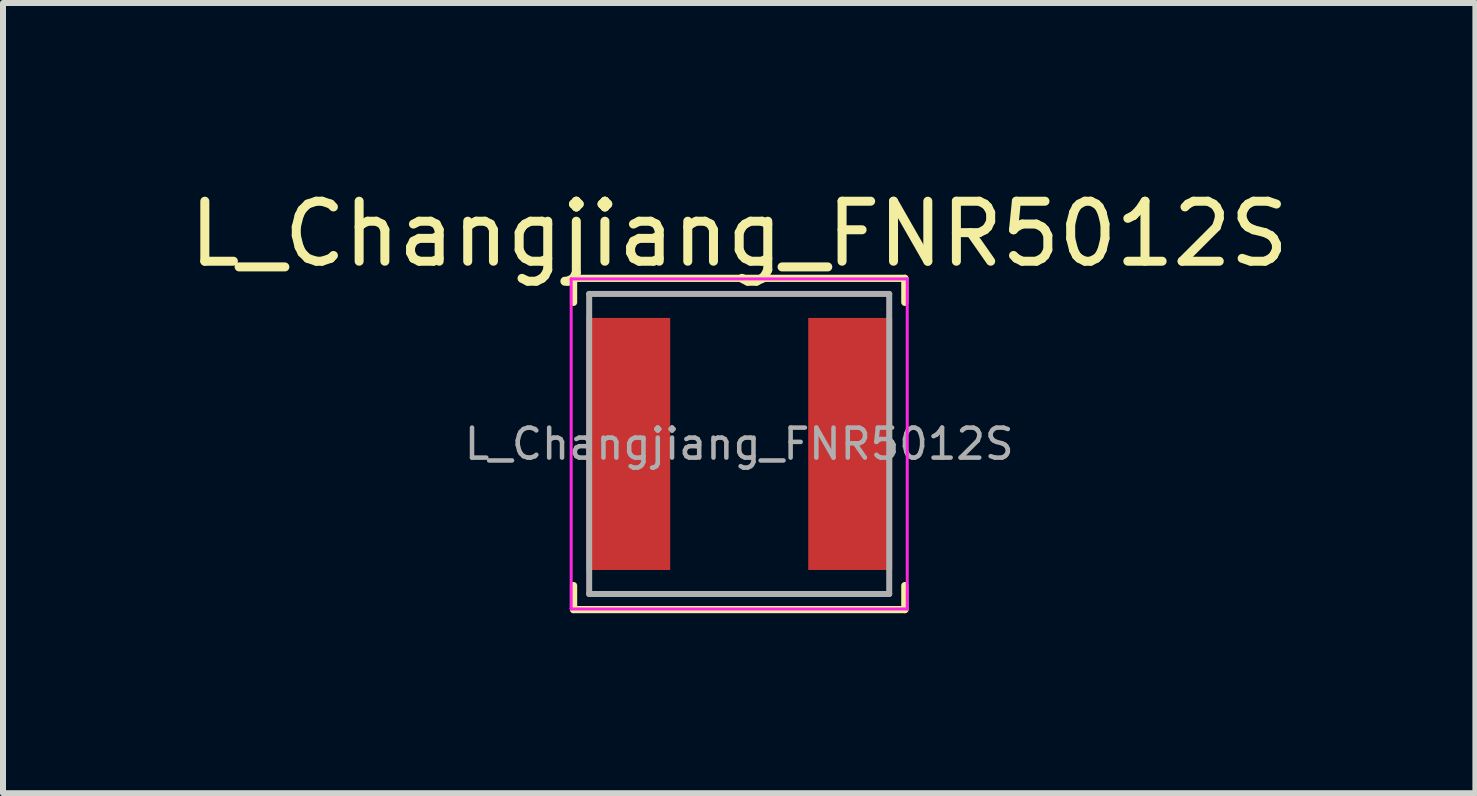
<source format=kicad_pcb>
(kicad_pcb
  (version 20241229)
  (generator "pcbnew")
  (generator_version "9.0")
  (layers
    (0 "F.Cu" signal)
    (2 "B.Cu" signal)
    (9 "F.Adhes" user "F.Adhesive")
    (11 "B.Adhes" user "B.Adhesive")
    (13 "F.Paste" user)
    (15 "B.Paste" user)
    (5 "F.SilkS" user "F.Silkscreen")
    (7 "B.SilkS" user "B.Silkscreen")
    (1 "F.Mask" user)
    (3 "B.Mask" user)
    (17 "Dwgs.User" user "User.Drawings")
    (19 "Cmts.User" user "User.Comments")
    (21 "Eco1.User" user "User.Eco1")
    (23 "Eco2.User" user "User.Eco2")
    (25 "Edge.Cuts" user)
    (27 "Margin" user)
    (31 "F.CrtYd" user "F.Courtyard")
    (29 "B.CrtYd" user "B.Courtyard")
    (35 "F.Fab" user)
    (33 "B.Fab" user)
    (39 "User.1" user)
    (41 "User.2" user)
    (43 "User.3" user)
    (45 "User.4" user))
  (footprint "L_Changjiang_FNR5012S"
    (layer "F.Cu")
    (at 9.268 4.348)
    (property "Reference" "L_Changjiang_FNR5012S" (at 0 -3.5 0) (layer "F.SilkS") (effects (font (size 1 1) (thickness 0.15))))
    (attr smd)
    (fp_line (start -2.76 -2.76) (end -2.76 -2.36) (stroke (width 0.12) (type solid)) (layer "F.SilkS"))
    (fp_line (start -2.76 -2.76) (end 2.76 -2.76) (stroke (width 0.12) (type solid)) (layer "F.SilkS"))
    (fp_line (start -2.76 2.76) (end -2.76 2.36) (stroke (width 0.12) (type solid)) (layer "F.SilkS"))
    (fp_line (start -2.76 2.76) (end 2.76 2.76) (stroke (width 0.12) (type solid)) (layer "F.SilkS"))
    (fp_line (start 2.76 -2.76) (end 2.76 -2.36) (stroke (width 0.12) (type solid)) (layer "F.SilkS"))
    (fp_line (start 2.76 2.76) (end 2.76 2.36) (stroke (width 0.12) (type solid)) (layer "F.SilkS"))
    (fp_line (start -2.8 -2.75) (end -2.8 2.75) (stroke (width 0.05) (type solid)) (layer "F.CrtYd"))
    (fp_line (start -2.8 2.75) (end 2.8 2.75) (stroke (width 0.05) (type solid)) (layer "F.CrtYd"))
    (fp_line (start 2.8 -2.75) (end -2.8 -2.75) (stroke (width 0.05) (type solid)) (layer "F.CrtYd"))
    (fp_line (start 2.8 2.75) (end 2.8 -2.75) (stroke (width 0.05) (type solid)) (layer "F.CrtYd"))
    (fp_line (start -2.5 -2.5) (end -2.5 2.5) (stroke (width 0.1) (type solid)) (layer "F.Fab"))
    (fp_line (start -2.5 2.5) (end 2.5 2.5) (stroke (width 0.1) (type solid)) (layer "F.Fab"))
    (fp_line (start 2.5 -2.5) (end -2.5 -2.5) (stroke (width 0.1) (type solid)) (layer "F.Fab"))
    (fp_line (start 2.5 2.5) (end 2.5 -2.5) (stroke (width 0.1) (type solid)) (layer "F.Fab"))
    (fp_text user "${REFERENCE}" (at 0 0 0) (layer "F.Fab") (effects (font (size 0.5 0.5) (thickness 0.075))))
    (pad "1" smd rect (at -1.85 0) (size 1.4 4.2) (layers "F.Cu" "F.Mask" "F.Paste"))
    (pad "2" smd rect (at 1.85 0) (size 1.4 4.2) (layers "F.Cu" "F.Mask" "F.Paste")))
  (gr_rect
    (start -3 -3)
    (end 21.536 10.168)
    (stroke (width 0.1) (type default))
    (fill no)
    (layer "Edge.Cuts")))
</source>
